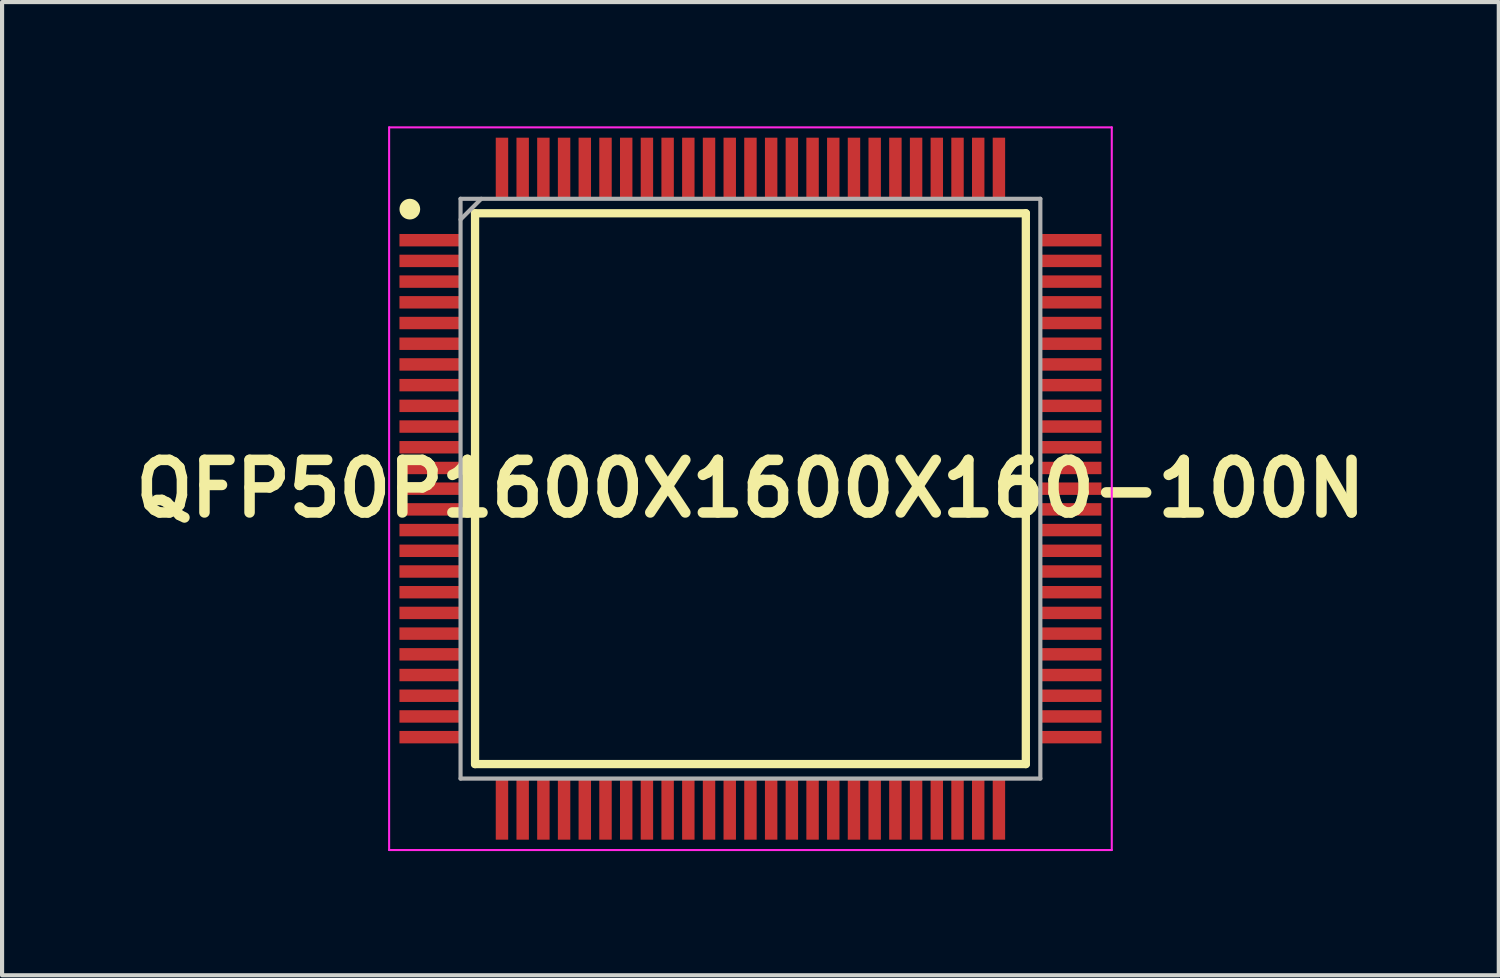
<source format=kicad_pcb>
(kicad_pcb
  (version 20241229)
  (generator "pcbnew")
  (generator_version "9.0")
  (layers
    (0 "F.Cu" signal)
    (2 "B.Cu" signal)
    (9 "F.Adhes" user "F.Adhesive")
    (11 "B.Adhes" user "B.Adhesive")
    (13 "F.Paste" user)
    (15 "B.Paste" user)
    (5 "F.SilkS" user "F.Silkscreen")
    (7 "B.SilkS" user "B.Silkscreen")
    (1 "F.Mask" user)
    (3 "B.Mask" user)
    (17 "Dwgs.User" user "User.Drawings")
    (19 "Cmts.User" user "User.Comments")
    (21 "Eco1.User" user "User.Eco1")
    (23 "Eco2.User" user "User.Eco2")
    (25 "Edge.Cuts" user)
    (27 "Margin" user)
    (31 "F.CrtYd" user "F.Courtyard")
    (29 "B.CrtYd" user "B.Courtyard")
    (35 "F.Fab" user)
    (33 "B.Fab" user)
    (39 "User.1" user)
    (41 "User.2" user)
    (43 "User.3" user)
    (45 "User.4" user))
  (footprint "QFP50P1600X1600X160-100N"
    (layer "F.Cu")
    (at 15.071 8.75)
    (property "Reference" "QFP50P1600X1600X160-100N" (at 0 0 0) (layer "F.SilkS") (effects (font (size 1.27 1.27) (thickness 0.254))))
    (attr smd)
    (fp_line (start -6.65 -6.65) (end 6.65 -6.65) (stroke (width 0.2) (type solid)) (layer "F.SilkS"))
    (fp_line (start -6.65 6.65) (end -6.65 -6.65) (stroke (width 0.2) (type solid)) (layer "F.SilkS"))
    (fp_line (start 6.65 -6.65) (end 6.65 6.65) (stroke (width 0.2) (type solid)) (layer "F.SilkS"))
    (fp_line (start 6.65 6.65) (end -6.65 6.65) (stroke (width 0.2) (type solid)) (layer "F.SilkS"))
    (fp_circle (center -8.225 -6.75) (end -8.225 -6.625) (stroke (width 0.25) (type solid)) (fill no) (layer "F.SilkS"))
    (fp_line (start -8.725 -8.725) (end 8.725 -8.725) (stroke (width 0.05) (type solid)) (layer "F.CrtYd"))
    (fp_line (start -8.725 8.725) (end -8.725 -8.725) (stroke (width 0.05) (type solid)) (layer "F.CrtYd"))
    (fp_line (start 8.725 -8.725) (end 8.725 8.725) (stroke (width 0.05) (type solid)) (layer "F.CrtYd"))
    (fp_line (start 8.725 8.725) (end -8.725 8.725) (stroke (width 0.05) (type solid)) (layer "F.CrtYd"))
    (fp_line (start -7 -7) (end 7 -7) (stroke (width 0.1) (type solid)) (layer "F.Fab"))
    (fp_line (start -7 -6.5) (end -6.5 -7) (stroke (width 0.1) (type solid)) (layer "F.Fab"))
    (fp_line (start -7 7) (end -7 -7) (stroke (width 0.1) (type solid)) (layer "F.Fab"))
    (fp_line (start 7 -7) (end 7 7) (stroke (width 0.1) (type solid)) (layer "F.Fab"))
    (fp_line (start 7 7) (end -7 7) (stroke (width 0.1) (type solid)) (layer "F.Fab"))
    (pad "1" smd rect (at -7.738 -6 90) (size 0.3 1.475) (layers "F.Cu" "F.Mask" "F.Paste"))
    (pad "2" smd rect (at -7.738 -5.5 90) (size 0.3 1.475) (layers "F.Cu" "F.Mask" "F.Paste"))
    (pad "3" smd rect (at -7.738 -5 90) (size 0.3 1.475) (layers "F.Cu" "F.Mask" "F.Paste"))
    (pad "4" smd rect (at -7.738 -4.5 90) (size 0.3 1.475) (layers "F.Cu" "F.Mask" "F.Paste"))
    (pad "5" smd rect (at -7.738 -4 90) (size 0.3 1.475) (layers "F.Cu" "F.Mask" "F.Paste"))
    (pad "6" smd rect (at -7.738 -3.5 90) (size 0.3 1.475) (layers "F.Cu" "F.Mask" "F.Paste"))
    (pad "7" smd rect (at -7.738 -3 90) (size 0.3 1.475) (layers "F.Cu" "F.Mask" "F.Paste"))
    (pad "8" smd rect (at -7.738 -2.5 90) (size 0.3 1.475) (layers "F.Cu" "F.Mask" "F.Paste"))
    (pad "9" smd rect (at -7.738 -2 90) (size 0.3 1.475) (layers "F.Cu" "F.Mask" "F.Paste"))
    (pad "10" smd rect (at -7.738 -1.5 90) (size 0.3 1.475) (layers "F.Cu" "F.Mask" "F.Paste"))
    (pad "11" smd rect (at -7.738 -1 90) (size 0.3 1.475) (layers "F.Cu" "F.Mask" "F.Paste"))
    (pad "12" smd rect (at -7.738 -0.5 90) (size 0.3 1.475) (layers "F.Cu" "F.Mask" "F.Paste"))
    (pad "13" smd rect (at -7.738 0 90) (size 0.3 1.475) (layers "F.Cu" "F.Mask" "F.Paste"))
    (pad "14" smd rect (at -7.738 0.5 90) (size 0.3 1.475) (layers "F.Cu" "F.Mask" "F.Paste"))
    (pad "15" smd rect (at -7.738 1 90) (size 0.3 1.475) (layers "F.Cu" "F.Mask" "F.Paste"))
    (pad "16" smd rect (at -7.738 1.5 90) (size 0.3 1.475) (layers "F.Cu" "F.Mask" "F.Paste"))
    (pad "17" smd rect (at -7.738 2 90) (size 0.3 1.475) (layers "F.Cu" "F.Mask" "F.Paste"))
    (pad "18" smd rect (at -7.738 2.5 90) (size 0.3 1.475) (layers "F.Cu" "F.Mask" "F.Paste"))
    (pad "19" smd rect (at -7.738 3 90) (size 0.3 1.475) (layers "F.Cu" "F.Mask" "F.Paste"))
    (pad "20" smd rect (at -7.738 3.5 90) (size 0.3 1.475) (layers "F.Cu" "F.Mask" "F.Paste"))
    (pad "21" smd rect (at -7.738 4 90) (size 0.3 1.475) (layers "F.Cu" "F.Mask" "F.Paste"))
    (pad "22" smd rect (at -7.738 4.5 90) (size 0.3 1.475) (layers "F.Cu" "F.Mask" "F.Paste"))
    (pad "23" smd rect (at -7.738 5 90) (size 0.3 1.475) (layers "F.Cu" "F.Mask" "F.Paste"))
    (pad "24" smd rect (at -7.738 5.5 90) (size 0.3 1.475) (layers "F.Cu" "F.Mask" "F.Paste"))
    (pad "25" smd rect (at -7.738 6 90) (size 0.3 1.475) (layers "F.Cu" "F.Mask" "F.Paste"))
    (pad "26" smd rect (at -6 7.738) (size 0.3 1.475) (layers "F.Cu" "F.Mask" "F.Paste"))
    (pad "27" smd rect (at -5.5 7.738) (size 0.3 1.475) (layers "F.Cu" "F.Mask" "F.Paste"))
    (pad "28" smd rect (at -5 7.738) (size 0.3 1.475) (layers "F.Cu" "F.Mask" "F.Paste"))
    (pad "29" smd rect (at -4.5 7.738) (size 0.3 1.475) (layers "F.Cu" "F.Mask" "F.Paste"))
    (pad "30" smd rect (at -4 7.738) (size 0.3 1.475) (layers "F.Cu" "F.Mask" "F.Paste"))
    (pad "31" smd rect (at -3.5 7.738) (size 0.3 1.475) (layers "F.Cu" "F.Mask" "F.Paste"))
    (pad "32" smd rect (at -3 7.738) (size 0.3 1.475) (layers "F.Cu" "F.Mask" "F.Paste"))
    (pad "33" smd rect (at -2.5 7.738) (size 0.3 1.475) (layers "F.Cu" "F.Mask" "F.Paste"))
    (pad "34" smd rect (at -2 7.738) (size 0.3 1.475) (layers "F.Cu" "F.Mask" "F.Paste"))
    (pad "35" smd rect (at -1.5 7.738) (size 0.3 1.475) (layers "F.Cu" "F.Mask" "F.Paste"))
    (pad "36" smd rect (at -1 7.738) (size 0.3 1.475) (layers "F.Cu" "F.Mask" "F.Paste"))
    (pad "37" smd rect (at -0.5 7.738) (size 0.3 1.475) (layers "F.Cu" "F.Mask" "F.Paste"))
    (pad "38" smd rect (at 0 7.738) (size 0.3 1.475) (layers "F.Cu" "F.Mask" "F.Paste"))
    (pad "39" smd rect (at 0.5 7.738) (size 0.3 1.475) (layers "F.Cu" "F.Mask" "F.Paste"))
    (pad "40" smd rect (at 1 7.738) (size 0.3 1.475) (layers "F.Cu" "F.Mask" "F.Paste"))
    (pad "41" smd rect (at 1.5 7.738) (size 0.3 1.475) (layers "F.Cu" "F.Mask" "F.Paste"))
    (pad "42" smd rect (at 2 7.738) (size 0.3 1.475) (layers "F.Cu" "F.Mask" "F.Paste"))
    (pad "43" smd rect (at 2.5 7.738) (size 0.3 1.475) (layers "F.Cu" "F.Mask" "F.Paste"))
    (pad "44" smd rect (at 3 7.738) (size 0.3 1.475) (layers "F.Cu" "F.Mask" "F.Paste"))
    (pad "45" smd rect (at 3.5 7.738) (size 0.3 1.475) (layers "F.Cu" "F.Mask" "F.Paste"))
    (pad "46" smd rect (at 4 7.738) (size 0.3 1.475) (layers "F.Cu" "F.Mask" "F.Paste"))
    (pad "47" smd rect (at 4.5 7.738) (size 0.3 1.475) (layers "F.Cu" "F.Mask" "F.Paste"))
    (pad "48" smd rect (at 5 7.738) (size 0.3 1.475) (layers "F.Cu" "F.Mask" "F.Paste"))
    (pad "49" smd rect (at 5.5 7.738) (size 0.3 1.475) (layers "F.Cu" "F.Mask" "F.Paste"))
    (pad "50" smd rect (at 6 7.738) (size 0.3 1.475) (layers "F.Cu" "F.Mask" "F.Paste"))
    (pad "51" smd rect (at 7.738 6 90) (size 0.3 1.475) (layers "F.Cu" "F.Mask" "F.Paste"))
    (pad "52" smd rect (at 7.738 5.5 90) (size 0.3 1.475) (layers "F.Cu" "F.Mask" "F.Paste"))
    (pad "53" smd rect (at 7.738 5 90) (size 0.3 1.475) (layers "F.Cu" "F.Mask" "F.Paste"))
    (pad "54" smd rect (at 7.738 4.5 90) (size 0.3 1.475) (layers "F.Cu" "F.Mask" "F.Paste"))
    (pad "55" smd rect (at 7.738 4 90) (size 0.3 1.475) (layers "F.Cu" "F.Mask" "F.Paste"))
    (pad "56" smd rect (at 7.738 3.5 90) (size 0.3 1.475) (layers "F.Cu" "F.Mask" "F.Paste"))
    (pad "57" smd rect (at 7.738 3 90) (size 0.3 1.475) (layers "F.Cu" "F.Mask" "F.Paste"))
    (pad "58" smd rect (at 7.738 2.5 90) (size 0.3 1.475) (layers "F.Cu" "F.Mask" "F.Paste"))
    (pad "59" smd rect (at 7.738 2 90) (size 0.3 1.475) (layers "F.Cu" "F.Mask" "F.Paste"))
    (pad "60" smd rect (at 7.738 1.5 90) (size 0.3 1.475) (layers "F.Cu" "F.Mask" "F.Paste"))
    (pad "61" smd rect (at 7.738 1 90) (size 0.3 1.475) (layers "F.Cu" "F.Mask" "F.Paste"))
    (pad "62" smd rect (at 7.738 0.5 90) (size 0.3 1.475) (layers "F.Cu" "F.Mask" "F.Paste"))
    (pad "63" smd rect (at 7.738 0 90) (size 0.3 1.475) (layers "F.Cu" "F.Mask" "F.Paste"))
    (pad "64" smd rect (at 7.738 -0.5 90) (size 0.3 1.475) (layers "F.Cu" "F.Mask" "F.Paste"))
    (pad "65" smd rect (at 7.738 -1 90) (size 0.3 1.475) (layers "F.Cu" "F.Mask" "F.Paste"))
    (pad "66" smd rect (at 7.738 -1.5 90) (size 0.3 1.475) (layers "F.Cu" "F.Mask" "F.Paste"))
    (pad "67" smd rect (at 7.738 -2 90) (size 0.3 1.475) (layers "F.Cu" "F.Mask" "F.Paste"))
    (pad "68" smd rect (at 7.738 -2.5 90) (size 0.3 1.475) (layers "F.Cu" "F.Mask" "F.Paste"))
    (pad "69" smd rect (at 7.738 -3 90) (size 0.3 1.475) (layers "F.Cu" "F.Mask" "F.Paste"))
    (pad "70" smd rect (at 7.738 -3.5 90) (size 0.3 1.475) (layers "F.Cu" "F.Mask" "F.Paste"))
    (pad "71" smd rect (at 7.738 -4 90) (size 0.3 1.475) (layers "F.Cu" "F.Mask" "F.Paste"))
    (pad "72" smd rect (at 7.738 -4.5 90) (size 0.3 1.475) (layers "F.Cu" "F.Mask" "F.Paste"))
    (pad "73" smd rect (at 7.738 -5 90) (size 0.3 1.475) (layers "F.Cu" "F.Mask" "F.Paste"))
    (pad "74" smd rect (at 7.738 -5.5 90) (size 0.3 1.475) (layers "F.Cu" "F.Mask" "F.Paste"))
    (pad "75" smd rect (at 7.738 -6 90) (size 0.3 1.475) (layers "F.Cu" "F.Mask" "F.Paste"))
    (pad "76" smd rect (at 6 -7.738) (size 0.3 1.475) (layers "F.Cu" "F.Mask" "F.Paste"))
    (pad "77" smd rect (at 5.5 -7.738) (size 0.3 1.475) (layers "F.Cu" "F.Mask" "F.Paste"))
    (pad "78" smd rect (at 5 -7.738) (size 0.3 1.475) (layers "F.Cu" "F.Mask" "F.Paste"))
    (pad "79" smd rect (at 4.5 -7.738) (size 0.3 1.475) (layers "F.Cu" "F.Mask" "F.Paste"))
    (pad "80" smd rect (at 4 -7.738) (size 0.3 1.475) (layers "F.Cu" "F.Mask" "F.Paste"))
    (pad "81" smd rect (at 3.5 -7.738) (size 0.3 1.475) (layers "F.Cu" "F.Mask" "F.Paste"))
    (pad "82" smd rect (at 3 -7.738) (size 0.3 1.475) (layers "F.Cu" "F.Mask" "F.Paste"))
    (pad "83" smd rect (at 2.5 -7.738) (size 0.3 1.475) (layers "F.Cu" "F.Mask" "F.Paste"))
    (pad "84" smd rect (at 2 -7.738) (size 0.3 1.475) (layers "F.Cu" "F.Mask" "F.Paste"))
    (pad "85" smd rect (at 1.5 -7.738) (size 0.3 1.475) (layers "F.Cu" "F.Mask" "F.Paste"))
    (pad "86" smd rect (at 1 -7.738) (size 0.3 1.475) (layers "F.Cu" "F.Mask" "F.Paste"))
    (pad "87" smd rect (at 0.5 -7.738) (size 0.3 1.475) (layers "F.Cu" "F.Mask" "F.Paste"))
    (pad "88" smd rect (at 0 -7.738) (size 0.3 1.475) (layers "F.Cu" "F.Mask" "F.Paste"))
    (pad "89" smd rect (at -0.5 -7.738) (size 0.3 1.475) (layers "F.Cu" "F.Mask" "F.Paste"))
    (pad "90" smd rect (at -1 -7.738) (size 0.3 1.475) (layers "F.Cu" "F.Mask" "F.Paste"))
    (pad "91" smd rect (at -1.5 -7.738) (size 0.3 1.475) (layers "F.Cu" "F.Mask" "F.Paste"))
    (pad "92" smd rect (at -2 -7.738) (size 0.3 1.475) (layers "F.Cu" "F.Mask" "F.Paste"))
    (pad "93" smd rect (at -2.5 -7.738) (size 0.3 1.475) (layers "F.Cu" "F.Mask" "F.Paste"))
    (pad "94" smd rect (at -3 -7.738) (size 0.3 1.475) (layers "F.Cu" "F.Mask" "F.Paste"))
    (pad "95" smd rect (at -3.5 -7.738) (size 0.3 1.475) (layers "F.Cu" "F.Mask" "F.Paste"))
    (pad "96" smd rect (at -4 -7.738) (size 0.3 1.475) (layers "F.Cu" "F.Mask" "F.Paste"))
    (pad "97" smd rect (at -4.5 -7.738) (size 0.3 1.475) (layers "F.Cu" "F.Mask" "F.Paste"))
    (pad "98" smd rect (at -5 -7.738) (size 0.3 1.475) (layers "F.Cu" "F.Mask" "F.Paste"))
    (pad "99" smd rect (at -5.5 -7.738) (size 0.3 1.475) (layers "F.Cu" "F.Mask" "F.Paste"))
    (pad "100" smd rect (at -6 -7.738) (size 0.3 1.475) (layers "F.Cu" "F.Mask" "F.Paste")))
  (gr_rect
    (start -3 -3)
    (end 33.141 20.5)
    (stroke (width 0.1) (type default))
    (fill no)
    (layer "Edge.Cuts")))
</source>
